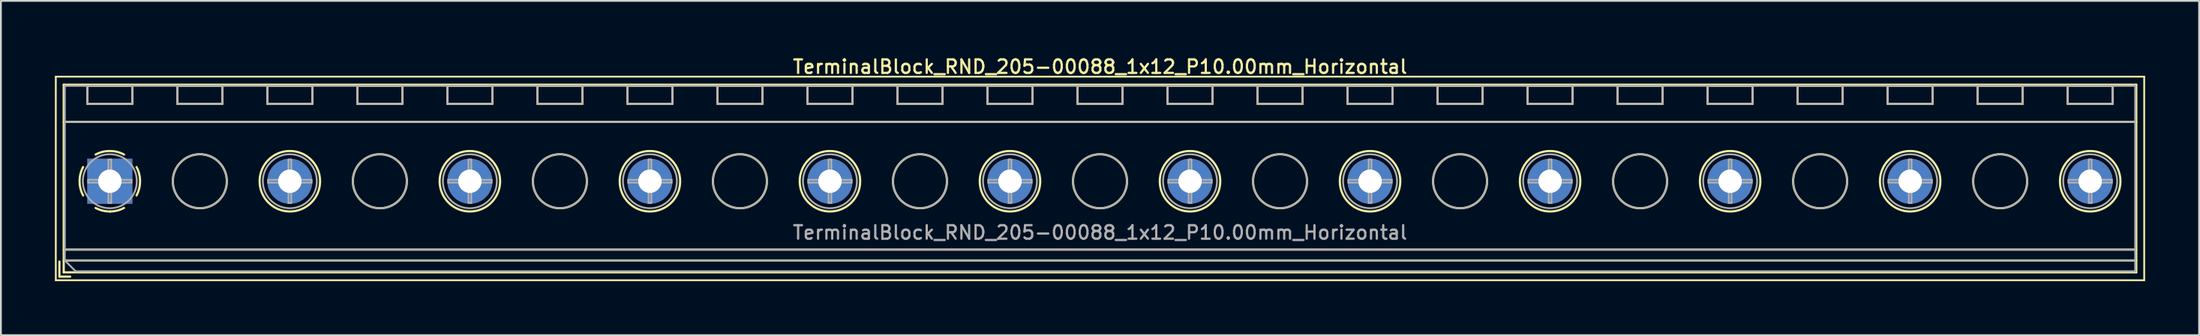
<source format=kicad_pcb>
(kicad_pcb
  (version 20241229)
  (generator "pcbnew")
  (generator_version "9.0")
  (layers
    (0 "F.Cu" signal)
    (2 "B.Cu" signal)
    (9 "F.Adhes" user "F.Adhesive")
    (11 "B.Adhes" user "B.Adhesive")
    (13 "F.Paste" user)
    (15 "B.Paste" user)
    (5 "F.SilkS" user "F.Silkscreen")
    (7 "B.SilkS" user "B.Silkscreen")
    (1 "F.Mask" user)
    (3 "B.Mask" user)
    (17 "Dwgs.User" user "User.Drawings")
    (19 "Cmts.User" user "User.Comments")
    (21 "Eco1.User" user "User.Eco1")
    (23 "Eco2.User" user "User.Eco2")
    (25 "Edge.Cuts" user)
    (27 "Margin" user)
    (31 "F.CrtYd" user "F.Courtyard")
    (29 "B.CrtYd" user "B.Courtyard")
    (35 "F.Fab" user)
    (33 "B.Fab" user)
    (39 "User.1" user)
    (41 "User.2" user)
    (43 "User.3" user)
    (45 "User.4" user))
  (footprint "TerminalBlock_RND_205-00088_1x12_P10.00mm_Horizontal"
    (layer "F.Cu")
    (at 3.05 7.018)
    (property "Reference" "TerminalBlock_RND_205-00088_1x12_P10.00mm_Horizontal" (at 55 -6.36 0) (layer "F.SilkS") (effects (font (size 0.75 0.75) (thickness 0.125))))
    (attr through_hole)
    (fp_line (start -3 -5.81) (end -3 5.5) (stroke (width 0.1) (type solid)) (layer "F.SilkS"))
    (fp_line (start -3 5.5) (end 113 5.5) (stroke (width 0.1) (type solid)) (layer "F.SilkS"))
    (fp_line (start -2.8 4.46) (end -2.8 5.3) (stroke (width 0.12) (type solid)) (layer "F.SilkS"))
    (fp_line (start -2.8 5.3) (end -2.2 5.3) (stroke (width 0.12) (type solid)) (layer "F.SilkS"))
    (fp_line (start -2.56 -5.36) (end -2.56 5.06) (stroke (width 0.12) (type solid)) (layer "F.SilkS"))
    (fp_line (start -2.56 -5.36) (end 112.56 -5.36) (stroke (width 0.12) (type solid)) (layer "F.SilkS"))
    (fp_line (start -2.56 -3.301) (end 112.56 -3.301) (stroke (width 0.12) (type solid)) (layer "F.SilkS"))
    (fp_line (start -2.56 3.8) (end 112.56 3.8) (stroke (width 0.12) (type solid)) (layer "F.SilkS"))
    (fp_line (start -2.56 4.4) (end 112.56 4.4) (stroke (width 0.12) (type solid)) (layer "F.SilkS"))
    (fp_line (start -2.56 5.06) (end 112.56 5.06) (stroke (width 0.12) (type solid)) (layer "F.SilkS"))
    (fp_line (start -1.25 -5.301) (end -1.25 -4.301) (stroke (width 0.12) (type solid)) (layer "F.SilkS"))
    (fp_line (start -1.25 -5.301) (end 1.25 -5.301) (stroke (width 0.12) (type solid)) (layer "F.SilkS"))
    (fp_line (start -1.25 -4.301) (end 1.25 -4.301) (stroke (width 0.12) (type solid)) (layer "F.SilkS"))
    (fp_line (start 1.25 -5.301) (end 1.25 -4.301) (stroke (width 0.12) (type solid)) (layer "F.SilkS"))
    (fp_line (start 3.75 -5.301) (end 3.75 -4.301) (stroke (width 0.12) (type solid)) (layer "F.SilkS"))
    (fp_line (start 3.75 -5.301) (end 6.25 -5.301) (stroke (width 0.12) (type solid)) (layer "F.SilkS"))
    (fp_line (start 3.75 -4.301) (end 6.25 -4.301) (stroke (width 0.12) (type solid)) (layer "F.SilkS"))
    (fp_line (start 6.25 -5.301) (end 6.25 -4.301) (stroke (width 0.12) (type solid)) (layer "F.SilkS"))
    (fp_line (start 8.75 -5.301) (end 8.75 -4.301) (stroke (width 0.12) (type solid)) (layer "F.SilkS"))
    (fp_line (start 8.75 -5.301) (end 11.25 -5.301) (stroke (width 0.12) (type solid)) (layer "F.SilkS"))
    (fp_line (start 8.75 -4.301) (end 11.25 -4.301) (stroke (width 0.12) (type solid)) (layer "F.SilkS"))
    (fp_line (start 11.25 -5.301) (end 11.25 -4.301) (stroke (width 0.12) (type solid)) (layer "F.SilkS"))
    (fp_line (start 13.75 -5.301) (end 13.75 -4.301) (stroke (width 0.12) (type solid)) (layer "F.SilkS"))
    (fp_line (start 13.75 -5.301) (end 16.25 -5.301) (stroke (width 0.12) (type solid)) (layer "F.SilkS"))
    (fp_line (start 13.75 -4.301) (end 16.25 -4.301) (stroke (width 0.12) (type solid)) (layer "F.SilkS"))
    (fp_line (start 16.25 -5.301) (end 16.25 -4.301) (stroke (width 0.12) (type solid)) (layer "F.SilkS"))
    (fp_line (start 18.75 -5.301) (end 18.75 -4.301) (stroke (width 0.12) (type solid)) (layer "F.SilkS"))
    (fp_line (start 18.75 -5.301) (end 21.25 -5.301) (stroke (width 0.12) (type solid)) (layer "F.SilkS"))
    (fp_line (start 18.75 -4.301) (end 21.25 -4.301) (stroke (width 0.12) (type solid)) (layer "F.SilkS"))
    (fp_line (start 21.25 -5.301) (end 21.25 -4.301) (stroke (width 0.12) (type solid)) (layer "F.SilkS"))
    (fp_line (start 23.75 -5.301) (end 23.75 -4.301) (stroke (width 0.12) (type solid)) (layer "F.SilkS"))
    (fp_line (start 23.75 -5.301) (end 26.25 -5.301) (stroke (width 0.12) (type solid)) (layer "F.SilkS"))
    (fp_line (start 23.75 -4.301) (end 26.25 -4.301) (stroke (width 0.12) (type solid)) (layer "F.SilkS"))
    (fp_line (start 26.25 -5.301) (end 26.25 -4.301) (stroke (width 0.12) (type solid)) (layer "F.SilkS"))
    (fp_line (start 28.75 -5.301) (end 28.75 -4.301) (stroke (width 0.12) (type solid)) (layer "F.SilkS"))
    (fp_line (start 28.75 -5.301) (end 31.25 -5.301) (stroke (width 0.12) (type solid)) (layer "F.SilkS"))
    (fp_line (start 28.75 -4.301) (end 31.25 -4.301) (stroke (width 0.12) (type solid)) (layer "F.SilkS"))
    (fp_line (start 31.25 -5.301) (end 31.25 -4.301) (stroke (width 0.12) (type solid)) (layer "F.SilkS"))
    (fp_line (start 33.75 -5.301) (end 33.75 -4.301) (stroke (width 0.12) (type solid)) (layer "F.SilkS"))
    (fp_line (start 33.75 -5.301) (end 36.25 -5.301) (stroke (width 0.12) (type solid)) (layer "F.SilkS"))
    (fp_line (start 33.75 -4.301) (end 36.25 -4.301) (stroke (width 0.12) (type solid)) (layer "F.SilkS"))
    (fp_line (start 36.25 -5.301) (end 36.25 -4.301) (stroke (width 0.12) (type solid)) (layer "F.SilkS"))
    (fp_line (start 38.75 -5.301) (end 38.75 -4.301) (stroke (width 0.12) (type solid)) (layer "F.SilkS"))
    (fp_line (start 38.75 -5.301) (end 41.25 -5.301) (stroke (width 0.12) (type solid)) (layer "F.SilkS"))
    (fp_line (start 38.75 -4.301) (end 41.25 -4.301) (stroke (width 0.12) (type solid)) (layer "F.SilkS"))
    (fp_line (start 41.25 -5.301) (end 41.25 -4.301) (stroke (width 0.12) (type solid)) (layer "F.SilkS"))
    (fp_line (start 43.75 -5.301) (end 43.75 -4.301) (stroke (width 0.12) (type solid)) (layer "F.SilkS"))
    (fp_line (start 43.75 -5.301) (end 46.25 -5.301) (stroke (width 0.12) (type solid)) (layer "F.SilkS"))
    (fp_line (start 43.75 -4.301) (end 46.25 -4.301) (stroke (width 0.12) (type solid)) (layer "F.SilkS"))
    (fp_line (start 46.25 -5.301) (end 46.25 -4.301) (stroke (width 0.12) (type solid)) (layer "F.SilkS"))
    (fp_line (start 48.75 -5.301) (end 48.75 -4.301) (stroke (width 0.12) (type solid)) (layer "F.SilkS"))
    (fp_line (start 48.75 -5.301) (end 51.25 -5.301) (stroke (width 0.12) (type solid)) (layer "F.SilkS"))
    (fp_line (start 48.75 -4.301) (end 51.25 -4.301) (stroke (width 0.12) (type solid)) (layer "F.SilkS"))
    (fp_line (start 51.25 -5.301) (end 51.25 -4.301) (stroke (width 0.12) (type solid)) (layer "F.SilkS"))
    (fp_line (start 53.75 -5.301) (end 53.75 -4.301) (stroke (width 0.12) (type solid)) (layer "F.SilkS"))
    (fp_line (start 53.75 -5.301) (end 56.25 -5.301) (stroke (width 0.12) (type solid)) (layer "F.SilkS"))
    (fp_line (start 53.75 -4.301) (end 56.25 -4.301) (stroke (width 0.12) (type solid)) (layer "F.SilkS"))
    (fp_line (start 56.25 -5.301) (end 56.25 -4.301) (stroke (width 0.12) (type solid)) (layer "F.SilkS"))
    (fp_line (start 58.75 -5.301) (end 58.75 -4.301) (stroke (width 0.12) (type solid)) (layer "F.SilkS"))
    (fp_line (start 58.75 -5.301) (end 61.25 -5.301) (stroke (width 0.12) (type solid)) (layer "F.SilkS"))
    (fp_line (start 58.75 -4.301) (end 61.25 -4.301) (stroke (width 0.12) (type solid)) (layer "F.SilkS"))
    (fp_line (start 61.25 -5.301) (end 61.25 -4.301) (stroke (width 0.12) (type solid)) (layer "F.SilkS"))
    (fp_line (start 63.75 -5.301) (end 63.75 -4.301) (stroke (width 0.12) (type solid)) (layer "F.SilkS"))
    (fp_line (start 63.75 -5.301) (end 66.25 -5.301) (stroke (width 0.12) (type solid)) (layer "F.SilkS"))
    (fp_line (start 63.75 -4.301) (end 66.25 -4.301) (stroke (width 0.12) (type solid)) (layer "F.SilkS"))
    (fp_line (start 66.25 -5.301) (end 66.25 -4.301) (stroke (width 0.12) (type solid)) (layer "F.SilkS"))
    (fp_line (start 68.75 -5.301) (end 68.75 -4.301) (stroke (width 0.12) (type solid)) (layer "F.SilkS"))
    (fp_line (start 68.75 -5.301) (end 71.25 -5.301) (stroke (width 0.12) (type solid)) (layer "F.SilkS"))
    (fp_line (start 68.75 -4.301) (end 71.25 -4.301) (stroke (width 0.12) (type solid)) (layer "F.SilkS"))
    (fp_line (start 71.25 -5.301) (end 71.25 -4.301) (stroke (width 0.12) (type solid)) (layer "F.SilkS"))
    (fp_line (start 73.75 -5.301) (end 73.75 -4.301) (stroke (width 0.12) (type solid)) (layer "F.SilkS"))
    (fp_line (start 73.75 -5.301) (end 76.25 -5.301) (stroke (width 0.12) (type solid)) (layer "F.SilkS"))
    (fp_line (start 73.75 -4.301) (end 76.25 -4.301) (stroke (width 0.12) (type solid)) (layer "F.SilkS"))
    (fp_line (start 76.25 -5.301) (end 76.25 -4.301) (stroke (width 0.12) (type solid)) (layer "F.SilkS"))
    (fp_line (start 78.75 -5.301) (end 78.75 -4.301) (stroke (width 0.12) (type solid)) (layer "F.SilkS"))
    (fp_line (start 78.75 -5.301) (end 81.25 -5.301) (stroke (width 0.12) (type solid)) (layer "F.SilkS"))
    (fp_line (start 78.75 -4.301) (end 81.25 -4.301) (stroke (width 0.12) (type solid)) (layer "F.SilkS"))
    (fp_line (start 81.25 -5.301) (end 81.25 -4.301) (stroke (width 0.12) (type solid)) (layer "F.SilkS"))
    (fp_line (start 83.75 -5.301) (end 83.75 -4.301) (stroke (width 0.12) (type solid)) (layer "F.SilkS"))
    (fp_line (start 83.75 -5.301) (end 86.25 -5.301) (stroke (width 0.12) (type solid)) (layer "F.SilkS"))
    (fp_line (start 83.75 -4.301) (end 86.25 -4.301) (stroke (width 0.12) (type solid)) (layer "F.SilkS"))
    (fp_line (start 86.25 -5.301) (end 86.25 -4.301) (stroke (width 0.12) (type solid)) (layer "F.SilkS"))
    (fp_line (start 88.75 -5.301) (end 88.75 -4.301) (stroke (width 0.12) (type solid)) (layer "F.SilkS"))
    (fp_line (start 88.75 -5.301) (end 91.25 -5.301) (stroke (width 0.12) (type solid)) (layer "F.SilkS"))
    (fp_line (start 88.75 -4.301) (end 91.25 -4.301) (stroke (width 0.12) (type solid)) (layer "F.SilkS"))
    (fp_line (start 91.25 -5.301) (end 91.25 -4.301) (stroke (width 0.12) (type solid)) (layer "F.SilkS"))
    (fp_line (start 93.75 -5.301) (end 93.75 -4.301) (stroke (width 0.12) (type solid)) (layer "F.SilkS"))
    (fp_line (start 93.75 -5.301) (end 96.25 -5.301) (stroke (width 0.12) (type solid)) (layer "F.SilkS"))
    (fp_line (start 93.75 -4.301) (end 96.25 -4.301) (stroke (width 0.12) (type solid)) (layer "F.SilkS"))
    (fp_line (start 96.25 -5.301) (end 96.25 -4.301) (stroke (width 0.12) (type solid)) (layer "F.SilkS"))
    (fp_line (start 98.75 -5.301) (end 98.75 -4.301) (stroke (width 0.12) (type solid)) (layer "F.SilkS"))
    (fp_line (start 98.75 -5.301) (end 101.25 -5.301) (stroke (width 0.12) (type solid)) (layer "F.SilkS"))
    (fp_line (start 98.75 -4.301) (end 101.25 -4.301) (stroke (width 0.12) (type solid)) (layer "F.SilkS"))
    (fp_line (start 101.25 -5.301) (end 101.25 -4.301) (stroke (width 0.12) (type solid)) (layer "F.SilkS"))
    (fp_line (start 103.75 -5.301) (end 103.75 -4.301) (stroke (width 0.12) (type solid)) (layer "F.SilkS"))
    (fp_line (start 103.75 -5.301) (end 106.25 -5.301) (stroke (width 0.12) (type solid)) (layer "F.SilkS"))
    (fp_line (start 103.75 -4.301) (end 106.25 -4.301) (stroke (width 0.12) (type solid)) (layer "F.SilkS"))
    (fp_line (start 106.25 -5.301) (end 106.25 -4.301) (stroke (width 0.12) (type solid)) (layer "F.SilkS"))
    (fp_line (start 108.75 -5.301) (end 108.75 -4.301) (stroke (width 0.12) (type solid)) (layer "F.SilkS"))
    (fp_line (start 108.75 -5.301) (end 111.25 -5.301) (stroke (width 0.12) (type solid)) (layer "F.SilkS"))
    (fp_line (start 108.75 -4.301) (end 111.25 -4.301) (stroke (width 0.12) (type solid)) (layer "F.SilkS"))
    (fp_line (start 111.25 -5.301) (end 111.25 -4.301) (stroke (width 0.12) (type solid)) (layer "F.SilkS"))
    (fp_line (start 112.56 -5.36) (end 112.56 5.06) (stroke (width 0.12) (type solid)) (layer "F.SilkS"))
    (fp_line (start 113 -5.81) (end -3 -5.81) (stroke (width 0.1) (type solid)) (layer "F.SilkS"))
    (fp_line (start 113 5.5) (end 113 -5.81) (stroke (width 0.1) (type solid)) (layer "F.SilkS"))
    (fp_arc (start -1.483953 0.789089) (mid -1.680708 0.00005) (end -1.484 -0.789) (stroke (width 0.12) (type solid)) (layer "F.SilkS"))
    (fp_arc (start -0.789089 -1.483953) (mid -0.00005 -1.680708) (end 0.789 -1.484) (stroke (width 0.12) (type solid)) (layer "F.SilkS"))
    (fp_arc (start 0.029383 1.68045) (mid -0.392304 1.634281) (end -0.789 1.484) (stroke (width 0.12) (type solid)) (layer "F.SilkS"))
    (fp_arc (start 0.788712 1.483352) (mid 0.406429 1.630097) (end 0 1.68) (stroke (width 0.12) (type solid)) (layer "F.SilkS"))
    (fp_arc (start 1.483953 -0.789089) (mid 1.680708 -0.00005) (end 1.484 0.789) (stroke (width 0.12) (type solid)) (layer "F.SilkS"))
    (fp_circle (center 5 0) (end 6.5 0) (stroke (width 0.12) (type solid)) (fill no) (layer "F.SilkS"))
    (fp_circle (center 10 0) (end 11.68 0) (stroke (width 0.12) (type solid)) (fill no) (layer "F.SilkS"))
    (fp_circle (center 15 0) (end 16.5 0) (stroke (width 0.12) (type solid)) (fill no) (layer "F.SilkS"))
    (fp_circle (center 20 0) (end 21.68 0) (stroke (width 0.12) (type solid)) (fill no) (layer "F.SilkS"))
    (fp_circle (center 25 0) (end 26.5 0) (stroke (width 0.12) (type solid)) (fill no) (layer "F.SilkS"))
    (fp_circle (center 30 0) (end 31.68 0) (stroke (width 0.12) (type solid)) (fill no) (layer "F.SilkS"))
    (fp_circle (center 35 0) (end 36.5 0) (stroke (width 0.12) (type solid)) (fill no) (layer "F.SilkS"))
    (fp_circle (center 40 0) (end 41.68 0) (stroke (width 0.12) (type solid)) (fill no) (layer "F.SilkS"))
    (fp_circle (center 45 0) (end 46.5 0) (stroke (width 0.12) (type solid)) (fill no) (layer "F.SilkS"))
    (fp_circle (center 50 0) (end 51.68 0) (stroke (width 0.12) (type solid)) (fill no) (layer "F.SilkS"))
    (fp_circle (center 55 0) (end 56.5 0) (stroke (width 0.12) (type solid)) (fill no) (layer "F.SilkS"))
    (fp_circle (center 60 0) (end 61.68 0) (stroke (width 0.12) (type solid)) (fill no) (layer "F.SilkS"))
    (fp_circle (center 65 0) (end 66.5 0) (stroke (width 0.12) (type solid)) (fill no) (layer "F.SilkS"))
    (fp_circle (center 70 0) (end 71.68 0) (stroke (width 0.12) (type solid)) (fill no) (layer "F.SilkS"))
    (fp_circle (center 75 0) (end 76.5 0) (stroke (width 0.12) (type solid)) (fill no) (layer "F.SilkS"))
    (fp_circle (center 80 0) (end 81.68 0) (stroke (width 0.12) (type solid)) (fill no) (layer "F.SilkS"))
    (fp_circle (center 85 0) (end 86.5 0) (stroke (width 0.12) (type solid)) (fill no) (layer "F.SilkS"))
    (fp_circle (center 90 0) (end 91.68 0) (stroke (width 0.12) (type solid)) (fill no) (layer "F.SilkS"))
    (fp_circle (center 95 0) (end 96.5 0) (stroke (width 0.12) (type solid)) (fill no) (layer "F.SilkS"))
    (fp_circle (center 100 0) (end 101.68 0) (stroke (width 0.12) (type solid)) (fill no) (layer "F.SilkS"))
    (fp_circle (center 105 0) (end 106.5 0) (stroke (width 0.12) (type solid)) (fill no) (layer "F.SilkS"))
    (fp_circle (center 110 0) (end 111.68 0) (stroke (width 0.12) (type solid)) (fill no) (layer "F.SilkS"))
    (fp_line (start -2.5 -5.3) (end 112.5 -5.3) (stroke (width 0.1) (type solid)) (layer "F.Fab"))
    (fp_line (start -2.5 -3.3) (end 112.5 -3.3) (stroke (width 0.1) (type solid)) (layer "F.Fab"))
    (fp_line (start -2.5 3.8) (end 112.5 3.8) (stroke (width 0.1) (type solid)) (layer "F.Fab"))
    (fp_line (start -2.5 4.4) (end -2.5 -5.3) (stroke (width 0.1) (type solid)) (layer "F.Fab"))
    (fp_line (start -2.5 4.4) (end 112.5 4.4) (stroke (width 0.1) (type solid)) (layer "F.Fab"))
    (fp_line (start -1.9 5) (end -2.5 4.4) (stroke (width 0.1) (type solid)) (layer "F.Fab"))
    (fp_line (start -1.25 -5.3) (end -1.25 -4.3) (stroke (width 0.1) (type solid)) (layer "F.Fab"))
    (fp_line (start -1.25 -4.3) (end 1.25 -4.3) (stroke (width 0.1) (type solid)) (layer "F.Fab"))
    (fp_line (start -1.201 -0.076) (end -0.076 -0.076) (stroke (width 0.1) (type solid)) (layer "F.Fab"))
    (fp_line (start -1.201 0.076) (end -1.201 -0.076) (stroke (width 0.1) (type solid)) (layer "F.Fab"))
    (fp_line (start -0.076 -1.201) (end 0.076 -1.201) (stroke (width 0.1) (type solid)) (layer "F.Fab"))
    (fp_line (start -0.076 -0.076) (end -0.076 -1.201) (stroke (width 0.1) (type solid)) (layer "F.Fab"))
    (fp_line (start -0.076 0.076) (end -1.201 0.076) (stroke (width 0.1) (type solid)) (layer "F.Fab"))
    (fp_line (start -0.076 1.201) (end -0.076 0.076) (stroke (width 0.1) (type solid)) (layer "F.Fab"))
    (fp_line (start 0.076 -1.201) (end 0.076 -0.076) (stroke (width 0.1) (type solid)) (layer "F.Fab"))
    (fp_line (start 0.076 -0.076) (end 1.201 -0.076) (stroke (width 0.1) (type solid)) (layer "F.Fab"))
    (fp_line (start 0.076 0.076) (end 0.076 1.201) (stroke (width 0.1) (type solid)) (layer "F.Fab"))
    (fp_line (start 0.076 1.201) (end -0.076 1.201) (stroke (width 0.1) (type solid)) (layer "F.Fab"))
    (fp_line (start 1.201 -0.076) (end 1.201 0.076) (stroke (width 0.1) (type solid)) (layer "F.Fab"))
    (fp_line (start 1.201 0.076) (end 0.076 0.076) (stroke (width 0.1) (type solid)) (layer "F.Fab"))
    (fp_line (start 1.25 -5.3) (end -1.25 -5.3) (stroke (width 0.1) (type solid)) (layer "F.Fab"))
    (fp_line (start 1.25 -4.3) (end 1.25 -5.3) (stroke (width 0.1) (type solid)) (layer "F.Fab"))
    (fp_line (start 3.75 -5.3) (end 3.75 -4.3) (stroke (width 0.1) (type solid)) (layer "F.Fab"))
    (fp_line (start 3.75 -4.3) (end 6.25 -4.3) (stroke (width 0.1) (type solid)) (layer "F.Fab"))
    (fp_line (start 6.25 -5.3) (end 3.75 -5.3) (stroke (width 0.1) (type solid)) (layer "F.Fab"))
    (fp_line (start 6.25 -4.3) (end 6.25 -5.3) (stroke (width 0.1) (type solid)) (layer "F.Fab"))
    (fp_line (start 8.75 -5.3) (end 8.75 -4.3) (stroke (width 0.1) (type solid)) (layer "F.Fab"))
    (fp_line (start 8.75 -4.3) (end 11.25 -4.3) (stroke (width 0.1) (type solid)) (layer "F.Fab"))
    (fp_line (start 8.799 -0.076) (end 9.924 -0.076) (stroke (width 0.1) (type solid)) (layer "F.Fab"))
    (fp_line (start 8.799 0.076) (end 8.799 -0.076) (stroke (width 0.1) (type solid)) (layer "F.Fab"))
    (fp_line (start 9.924 -1.201) (end 10.076 -1.201) (stroke (width 0.1) (type solid)) (layer "F.Fab"))
    (fp_line (start 9.924 -0.076) (end 9.924 -1.201) (stroke (width 0.1) (type solid)) (layer "F.Fab"))
    (fp_line (start 9.924 0.076) (end 8.799 0.076) (stroke (width 0.1) (type solid)) (layer "F.Fab"))
    (fp_line (start 9.924 1.201) (end 9.924 0.076) (stroke (width 0.1) (type solid)) (layer "F.Fab"))
    (fp_line (start 10.076 -1.201) (end 10.076 -0.076) (stroke (width 0.1) (type solid)) (layer "F.Fab"))
    (fp_line (start 10.076 -0.076) (end 11.201 -0.076) (stroke (width 0.1) (type solid)) (layer "F.Fab"))
    (fp_line (start 10.076 0.076) (end 10.076 1.201) (stroke (width 0.1) (type solid)) (layer "F.Fab"))
    (fp_line (start 10.076 1.201) (end 9.924 1.201) (stroke (width 0.1) (type solid)) (layer "F.Fab"))
    (fp_line (start 11.201 -0.076) (end 11.201 0.076) (stroke (width 0.1) (type solid)) (layer "F.Fab"))
    (fp_line (start 11.201 0.076) (end 10.076 0.076) (stroke (width 0.1) (type solid)) (layer "F.Fab"))
    (fp_line (start 11.25 -5.3) (end 8.75 -5.3) (stroke (width 0.1) (type solid)) (layer "F.Fab"))
    (fp_line (start 11.25 -4.3) (end 11.25 -5.3) (stroke (width 0.1) (type solid)) (layer "F.Fab"))
    (fp_line (start 13.75 -5.3) (end 13.75 -4.3) (stroke (width 0.1) (type solid)) (layer "F.Fab"))
    (fp_line (start 13.75 -4.3) (end 16.25 -4.3) (stroke (width 0.1) (type solid)) (layer "F.Fab"))
    (fp_line (start 16.25 -5.3) (end 13.75 -5.3) (stroke (width 0.1) (type solid)) (layer "F.Fab"))
    (fp_line (start 16.25 -4.3) (end 16.25 -5.3) (stroke (width 0.1) (type solid)) (layer "F.Fab"))
    (fp_line (start 18.75 -5.3) (end 18.75 -4.3) (stroke (width 0.1) (type solid)) (layer "F.Fab"))
    (fp_line (start 18.75 -4.3) (end 21.25 -4.3) (stroke (width 0.1) (type solid)) (layer "F.Fab"))
    (fp_line (start 18.799 -0.076) (end 19.924 -0.076) (stroke (width 0.1) (type solid)) (layer "F.Fab"))
    (fp_line (start 18.799 0.076) (end 18.799 -0.076) (stroke (width 0.1) (type solid)) (layer "F.Fab"))
    (fp_line (start 19.924 -1.201) (end 20.076 -1.201) (stroke (width 0.1) (type solid)) (layer "F.Fab"))
    (fp_line (start 19.924 -0.076) (end 19.924 -1.201) (stroke (width 0.1) (type solid)) (layer "F.Fab"))
    (fp_line (start 19.924 0.076) (end 18.799 0.076) (stroke (width 0.1) (type solid)) (layer "F.Fab"))
    (fp_line (start 19.924 1.201) (end 19.924 0.076) (stroke (width 0.1) (type solid)) (layer "F.Fab"))
    (fp_line (start 20.076 -1.201) (end 20.076 -0.076) (stroke (width 0.1) (type solid)) (layer "F.Fab"))
    (fp_line (start 20.076 -0.076) (end 21.201 -0.076) (stroke (width 0.1) (type solid)) (layer "F.Fab"))
    (fp_line (start 20.076 0.076) (end 20.076 1.201) (stroke (width 0.1) (type solid)) (layer "F.Fab"))
    (fp_line (start 20.076 1.201) (end 19.924 1.201) (stroke (width 0.1) (type solid)) (layer "F.Fab"))
    (fp_line (start 21.201 -0.076) (end 21.201 0.076) (stroke (width 0.1) (type solid)) (layer "F.Fab"))
    (fp_line (start 21.201 0.076) (end 20.076 0.076) (stroke (width 0.1) (type solid)) (layer "F.Fab"))
    (fp_line (start 21.25 -5.3) (end 18.75 -5.3) (stroke (width 0.1) (type solid)) (layer "F.Fab"))
    (fp_line (start 21.25 -4.3) (end 21.25 -5.3) (stroke (width 0.1) (type solid)) (layer "F.Fab"))
    (fp_line (start 23.75 -5.3) (end 23.75 -4.3) (stroke (width 0.1) (type solid)) (layer "F.Fab"))
    (fp_line (start 23.75 -4.3) (end 26.25 -4.3) (stroke (width 0.1) (type solid)) (layer "F.Fab"))
    (fp_line (start 26.25 -5.3) (end 23.75 -5.3) (stroke (width 0.1) (type solid)) (layer "F.Fab"))
    (fp_line (start 26.25 -4.3) (end 26.25 -5.3) (stroke (width 0.1) (type solid)) (layer "F.Fab"))
    (fp_line (start 28.75 -5.3) (end 28.75 -4.3) (stroke (width 0.1) (type solid)) (layer "F.Fab"))
    (fp_line (start 28.75 -4.3) (end 31.25 -4.3) (stroke (width 0.1) (type solid)) (layer "F.Fab"))
    (fp_line (start 28.799 -0.076) (end 29.924 -0.076) (stroke (width 0.1) (type solid)) (layer "F.Fab"))
    (fp_line (start 28.799 0.076) (end 28.799 -0.076) (stroke (width 0.1) (type solid)) (layer "F.Fab"))
    (fp_line (start 29.924 -1.201) (end 30.076 -1.201) (stroke (width 0.1) (type solid)) (layer "F.Fab"))
    (fp_line (start 29.924 -0.076) (end 29.924 -1.201) (stroke (width 0.1) (type solid)) (layer "F.Fab"))
    (fp_line (start 29.924 0.076) (end 28.799 0.076) (stroke (width 0.1) (type solid)) (layer "F.Fab"))
    (fp_line (start 29.924 1.201) (end 29.924 0.076) (stroke (width 0.1) (type solid)) (layer "F.Fab"))
    (fp_line (start 30.076 -1.201) (end 30.076 -0.076) (stroke (width 0.1) (type solid)) (layer "F.Fab"))
    (fp_line (start 30.076 -0.076) (end 31.201 -0.076) (stroke (width 0.1) (type solid)) (layer "F.Fab"))
    (fp_line (start 30.076 0.076) (end 30.076 1.201) (stroke (width 0.1) (type solid)) (layer "F.Fab"))
    (fp_line (start 30.076 1.201) (end 29.924 1.201) (stroke (width 0.1) (type solid)) (layer "F.Fab"))
    (fp_line (start 31.201 -0.076) (end 31.201 0.076) (stroke (width 0.1) (type solid)) (layer "F.Fab"))
    (fp_line (start 31.201 0.076) (end 30.076 0.076) (stroke (width 0.1) (type solid)) (layer "F.Fab"))
    (fp_line (start 31.25 -5.3) (end 28.75 -5.3) (stroke (width 0.1) (type solid)) (layer "F.Fab"))
    (fp_line (start 31.25 -4.3) (end 31.25 -5.3) (stroke (width 0.1) (type solid)) (layer "F.Fab"))
    (fp_line (start 33.75 -5.3) (end 33.75 -4.3) (stroke (width 0.1) (type solid)) (layer "F.Fab"))
    (fp_line (start 33.75 -4.3) (end 36.25 -4.3) (stroke (width 0.1) (type solid)) (layer "F.Fab"))
    (fp_line (start 36.25 -5.3) (end 33.75 -5.3) (stroke (width 0.1) (type solid)) (layer "F.Fab"))
    (fp_line (start 36.25 -4.3) (end 36.25 -5.3) (stroke (width 0.1) (type solid)) (layer "F.Fab"))
    (fp_line (start 38.75 -5.3) (end 38.75 -4.3) (stroke (width 0.1) (type solid)) (layer "F.Fab"))
    (fp_line (start 38.75 -4.3) (end 41.25 -4.3) (stroke (width 0.1) (type solid)) (layer "F.Fab"))
    (fp_line (start 38.799 -0.076) (end 39.924 -0.076) (stroke (width 0.1) (type solid)) (layer "F.Fab"))
    (fp_line (start 38.799 0.076) (end 38.799 -0.076) (stroke (width 0.1) (type solid)) (layer "F.Fab"))
    (fp_line (start 39.924 -1.201) (end 40.076 -1.201) (stroke (width 0.1) (type solid)) (layer "F.Fab"))
    (fp_line (start 39.924 -0.076) (end 39.924 -1.201) (stroke (width 0.1) (type solid)) (layer "F.Fab"))
    (fp_line (start 39.924 0.076) (end 38.799 0.076) (stroke (width 0.1) (type solid)) (layer "F.Fab"))
    (fp_line (start 39.924 1.201) (end 39.924 0.076) (stroke (width 0.1) (type solid)) (layer "F.Fab"))
    (fp_line (start 40.076 -1.201) (end 40.076 -0.076) (stroke (width 0.1) (type solid)) (layer "F.Fab"))
    (fp_line (start 40.076 -0.076) (end 41.201 -0.076) (stroke (width 0.1) (type solid)) (layer "F.Fab"))
    (fp_line (start 40.076 0.076) (end 40.076 1.201) (stroke (width 0.1) (type solid)) (layer "F.Fab"))
    (fp_line (start 40.076 1.201) (end 39.924 1.201) (stroke (width 0.1) (type solid)) (layer "F.Fab"))
    (fp_line (start 41.201 -0.076) (end 41.201 0.076) (stroke (width 0.1) (type solid)) (layer "F.Fab"))
    (fp_line (start 41.201 0.076) (end 40.076 0.076) (stroke (width 0.1) (type solid)) (layer "F.Fab"))
    (fp_line (start 41.25 -5.3) (end 38.75 -5.3) (stroke (width 0.1) (type solid)) (layer "F.Fab"))
    (fp_line (start 41.25 -4.3) (end 41.25 -5.3) (stroke (width 0.1) (type solid)) (layer "F.Fab"))
    (fp_line (start 43.75 -5.3) (end 43.75 -4.3) (stroke (width 0.1) (type solid)) (layer "F.Fab"))
    (fp_line (start 43.75 -4.3) (end 46.25 -4.3) (stroke (width 0.1) (type solid)) (layer "F.Fab"))
    (fp_line (start 46.25 -5.3) (end 43.75 -5.3) (stroke (width 0.1) (type solid)) (layer "F.Fab"))
    (fp_line (start 46.25 -4.3) (end 46.25 -5.3) (stroke (width 0.1) (type solid)) (layer "F.Fab"))
    (fp_line (start 48.75 -5.3) (end 48.75 -4.3) (stroke (width 0.1) (type solid)) (layer "F.Fab"))
    (fp_line (start 48.75 -4.3) (end 51.25 -4.3) (stroke (width 0.1) (type solid)) (layer "F.Fab"))
    (fp_line (start 48.799 -0.076) (end 49.924 -0.076) (stroke (width 0.1) (type solid)) (layer "F.Fab"))
    (fp_line (start 48.799 0.076) (end 48.799 -0.076) (stroke (width 0.1) (type solid)) (layer "F.Fab"))
    (fp_line (start 49.924 -1.201) (end 50.076 -1.201) (stroke (width 0.1) (type solid)) (layer "F.Fab"))
    (fp_line (start 49.924 -0.076) (end 49.924 -1.201) (stroke (width 0.1) (type solid)) (layer "F.Fab"))
    (fp_line (start 49.924 0.076) (end 48.799 0.076) (stroke (width 0.1) (type solid)) (layer "F.Fab"))
    (fp_line (start 49.924 1.201) (end 49.924 0.076) (stroke (width 0.1) (type solid)) (layer "F.Fab"))
    (fp_line (start 50.076 -1.201) (end 50.076 -0.076) (stroke (width 0.1) (type solid)) (layer "F.Fab"))
    (fp_line (start 50.076 -0.076) (end 51.201 -0.076) (stroke (width 0.1) (type solid)) (layer "F.Fab"))
    (fp_line (start 50.076 0.076) (end 50.076 1.201) (stroke (width 0.1) (type solid)) (layer "F.Fab"))
    (fp_line (start 50.076 1.201) (end 49.924 1.201) (stroke (width 0.1) (type solid)) (layer "F.Fab"))
    (fp_line (start 51.201 -0.076) (end 51.201 0.076) (stroke (width 0.1) (type solid)) (layer "F.Fab"))
    (fp_line (start 51.201 0.076) (end 50.076 0.076) (stroke (width 0.1) (type solid)) (layer "F.Fab"))
    (fp_line (start 51.25 -5.3) (end 48.75 -5.3) (stroke (width 0.1) (type solid)) (layer "F.Fab"))
    (fp_line (start 51.25 -4.3) (end 51.25 -5.3) (stroke (width 0.1) (type solid)) (layer "F.Fab"))
    (fp_line (start 53.75 -5.3) (end 53.75 -4.3) (stroke (width 0.1) (type solid)) (layer "F.Fab"))
    (fp_line (start 53.75 -4.3) (end 56.25 -4.3) (stroke (width 0.1) (type solid)) (layer "F.Fab"))
    (fp_line (start 56.25 -5.3) (end 53.75 -5.3) (stroke (width 0.1) (type solid)) (layer "F.Fab"))
    (fp_line (start 56.25 -4.3) (end 56.25 -5.3) (stroke (width 0.1) (type solid)) (layer "F.Fab"))
    (fp_line (start 58.75 -5.3) (end 58.75 -4.3) (stroke (width 0.1) (type solid)) (layer "F.Fab"))
    (fp_line (start 58.75 -4.3) (end 61.25 -4.3) (stroke (width 0.1) (type solid)) (layer "F.Fab"))
    (fp_line (start 58.799 -0.076) (end 59.924 -0.076) (stroke (width 0.1) (type solid)) (layer "F.Fab"))
    (fp_line (start 58.799 0.076) (end 58.799 -0.076) (stroke (width 0.1) (type solid)) (layer "F.Fab"))
    (fp_line (start 59.924 -1.201) (end 60.076 -1.201) (stroke (width 0.1) (type solid)) (layer "F.Fab"))
    (fp_line (start 59.924 -0.076) (end 59.924 -1.201) (stroke (width 0.1) (type solid)) (layer "F.Fab"))
    (fp_line (start 59.924 0.076) (end 58.799 0.076) (stroke (width 0.1) (type solid)) (layer "F.Fab"))
    (fp_line (start 59.924 1.201) (end 59.924 0.076) (stroke (width 0.1) (type solid)) (layer "F.Fab"))
    (fp_line (start 60.076 -1.201) (end 60.076 -0.076) (stroke (width 0.1) (type solid)) (layer "F.Fab"))
    (fp_line (start 60.076 -0.076) (end 61.201 -0.076) (stroke (width 0.1) (type solid)) (layer "F.Fab"))
    (fp_line (start 60.076 0.076) (end 60.076 1.201) (stroke (width 0.1) (type solid)) (layer "F.Fab"))
    (fp_line (start 60.076 1.201) (end 59.924 1.201) (stroke (width 0.1) (type solid)) (layer "F.Fab"))
    (fp_line (start 61.201 -0.076) (end 61.201 0.076) (stroke (width 0.1) (type solid)) (layer "F.Fab"))
    (fp_line (start 61.201 0.076) (end 60.076 0.076) (stroke (width 0.1) (type solid)) (layer "F.Fab"))
    (fp_line (start 61.25 -5.3) (end 58.75 -5.3) (stroke (width 0.1) (type solid)) (layer "F.Fab"))
    (fp_line (start 61.25 -4.3) (end 61.25 -5.3) (stroke (width 0.1) (type solid)) (layer "F.Fab"))
    (fp_line (start 63.75 -5.3) (end 63.75 -4.3) (stroke (width 0.1) (type solid)) (layer "F.Fab"))
    (fp_line (start 63.75 -4.3) (end 66.25 -4.3) (stroke (width 0.1) (type solid)) (layer "F.Fab"))
    (fp_line (start 66.25 -5.3) (end 63.75 -5.3) (stroke (width 0.1) (type solid)) (layer "F.Fab"))
    (fp_line (start 66.25 -4.3) (end 66.25 -5.3) (stroke (width 0.1) (type solid)) (layer "F.Fab"))
    (fp_line (start 68.75 -5.3) (end 68.75 -4.3) (stroke (width 0.1) (type solid)) (layer "F.Fab"))
    (fp_line (start 68.75 -4.3) (end 71.25 -4.3) (stroke (width 0.1) (type solid)) (layer "F.Fab"))
    (fp_line (start 68.799 -0.076) (end 69.924 -0.076) (stroke (width 0.1) (type solid)) (layer "F.Fab"))
    (fp_line (start 68.799 0.076) (end 68.799 -0.076) (stroke (width 0.1) (type solid)) (layer "F.Fab"))
    (fp_line (start 69.924 -1.201) (end 70.076 -1.201) (stroke (width 0.1) (type solid)) (layer "F.Fab"))
    (fp_line (start 69.924 -0.076) (end 69.924 -1.201) (stroke (width 0.1) (type solid)) (layer "F.Fab"))
    (fp_line (start 69.924 0.076) (end 68.799 0.076) (stroke (width 0.1) (type solid)) (layer "F.Fab"))
    (fp_line (start 69.924 1.201) (end 69.924 0.076) (stroke (width 0.1) (type solid)) (layer "F.Fab"))
    (fp_line (start 70.076 -1.201) (end 70.076 -0.076) (stroke (width 0.1) (type solid)) (layer "F.Fab"))
    (fp_line (start 70.076 -0.076) (end 71.201 -0.076) (stroke (width 0.1) (type solid)) (layer "F.Fab"))
    (fp_line (start 70.076 0.076) (end 70.076 1.201) (stroke (width 0.1) (type solid)) (layer "F.Fab"))
    (fp_line (start 70.076 1.201) (end 69.924 1.201) (stroke (width 0.1) (type solid)) (layer "F.Fab"))
    (fp_line (start 71.201 -0.076) (end 71.201 0.076) (stroke (width 0.1) (type solid)) (layer "F.Fab"))
    (fp_line (start 71.201 0.076) (end 70.076 0.076) (stroke (width 0.1) (type solid)) (layer "F.Fab"))
    (fp_line (start 71.25 -5.3) (end 68.75 -5.3) (stroke (width 0.1) (type solid)) (layer "F.Fab"))
    (fp_line (start 71.25 -4.3) (end 71.25 -5.3) (stroke (width 0.1) (type solid)) (layer "F.Fab"))
    (fp_line (start 73.75 -5.3) (end 73.75 -4.3) (stroke (width 0.1) (type solid)) (layer "F.Fab"))
    (fp_line (start 73.75 -4.3) (end 76.25 -4.3) (stroke (width 0.1) (type solid)) (layer "F.Fab"))
    (fp_line (start 76.25 -5.3) (end 73.75 -5.3) (stroke (width 0.1) (type solid)) (layer "F.Fab"))
    (fp_line (start 76.25 -4.3) (end 76.25 -5.3) (stroke (width 0.1) (type solid)) (layer "F.Fab"))
    (fp_line (start 78.75 -5.3) (end 78.75 -4.3) (stroke (width 0.1) (type solid)) (layer "F.Fab"))
    (fp_line (start 78.75 -4.3) (end 81.25 -4.3) (stroke (width 0.1) (type solid)) (layer "F.Fab"))
    (fp_line (start 78.799 -0.076) (end 79.924 -0.076) (stroke (width 0.1) (type solid)) (layer "F.Fab"))
    (fp_line (start 78.799 0.076) (end 78.799 -0.076) (stroke (width 0.1) (type solid)) (layer "F.Fab"))
    (fp_line (start 79.924 -1.201) (end 80.076 -1.201) (stroke (width 0.1) (type solid)) (layer "F.Fab"))
    (fp_line (start 79.924 -0.076) (end 79.924 -1.201) (stroke (width 0.1) (type solid)) (layer "F.Fab"))
    (fp_line (start 79.924 0.076) (end 78.799 0.076) (stroke (width 0.1) (type solid)) (layer "F.Fab"))
    (fp_line (start 79.924 1.201) (end 79.924 0.076) (stroke (width 0.1) (type solid)) (layer "F.Fab"))
    (fp_line (start 80.076 -1.201) (end 80.076 -0.076) (stroke (width 0.1) (type solid)) (layer "F.Fab"))
    (fp_line (start 80.076 -0.076) (end 81.201 -0.076) (stroke (width 0.1) (type solid)) (layer "F.Fab"))
    (fp_line (start 80.076 0.076) (end 80.076 1.201) (stroke (width 0.1) (type solid)) (layer "F.Fab"))
    (fp_line (start 80.076 1.201) (end 79.924 1.201) (stroke (width 0.1) (type solid)) (layer "F.Fab"))
    (fp_line (start 81.201 -0.076) (end 81.201 0.076) (stroke (width 0.1) (type solid)) (layer "F.Fab"))
    (fp_line (start 81.201 0.076) (end 80.076 0.076) (stroke (width 0.1) (type solid)) (layer "F.Fab"))
    (fp_line (start 81.25 -5.3) (end 78.75 -5.3) (stroke (width 0.1) (type solid)) (layer "F.Fab"))
    (fp_line (start 81.25 -4.3) (end 81.25 -5.3) (stroke (width 0.1) (type solid)) (layer "F.Fab"))
    (fp_line (start 83.75 -5.3) (end 83.75 -4.3) (stroke (width 0.1) (type solid)) (layer "F.Fab"))
    (fp_line (start 83.75 -4.3) (end 86.25 -4.3) (stroke (width 0.1) (type solid)) (layer "F.Fab"))
    (fp_line (start 86.25 -5.3) (end 83.75 -5.3) (stroke (width 0.1) (type solid)) (layer "F.Fab"))
    (fp_line (start 86.25 -4.3) (end 86.25 -5.3) (stroke (width 0.1) (type solid)) (layer "F.Fab"))
    (fp_line (start 88.75 -5.3) (end 88.75 -4.3) (stroke (width 0.1) (type solid)) (layer "F.Fab"))
    (fp_line (start 88.75 -4.3) (end 91.25 -4.3) (stroke (width 0.1) (type solid)) (layer "F.Fab"))
    (fp_line (start 88.799 -0.076) (end 89.924 -0.076) (stroke (width 0.1) (type solid)) (layer "F.Fab"))
    (fp_line (start 88.799 0.076) (end 88.799 -0.076) (stroke (width 0.1) (type solid)) (layer "F.Fab"))
    (fp_line (start 89.924 -1.201) (end 90.076 -1.201) (stroke (width 0.1) (type solid)) (layer "F.Fab"))
    (fp_line (start 89.924 -0.076) (end 89.924 -1.201) (stroke (width 0.1) (type solid)) (layer "F.Fab"))
    (fp_line (start 89.924 0.076) (end 88.799 0.076) (stroke (width 0.1) (type solid)) (layer "F.Fab"))
    (fp_line (start 89.924 1.201) (end 89.924 0.076) (stroke (width 0.1) (type solid)) (layer "F.Fab"))
    (fp_line (start 90.076 -1.201) (end 90.076 -0.076) (stroke (width 0.1) (type solid)) (layer "F.Fab"))
    (fp_line (start 90.076 -0.076) (end 91.201 -0.076) (stroke (width 0.1) (type solid)) (layer "F.Fab"))
    (fp_line (start 90.076 0.076) (end 90.076 1.201) (stroke (width 0.1) (type solid)) (layer "F.Fab"))
    (fp_line (start 90.076 1.201) (end 89.924 1.201) (stroke (width 0.1) (type solid)) (layer "F.Fab"))
    (fp_line (start 91.201 -0.076) (end 91.201 0.076) (stroke (width 0.1) (type solid)) (layer "F.Fab"))
    (fp_line (start 91.201 0.076) (end 90.076 0.076) (stroke (width 0.1) (type solid)) (layer "F.Fab"))
    (fp_line (start 91.25 -5.3) (end 88.75 -5.3) (stroke (width 0.1) (type solid)) (layer "F.Fab"))
    (fp_line (start 91.25 -4.3) (end 91.25 -5.3) (stroke (width 0.1) (type solid)) (layer "F.Fab"))
    (fp_line (start 93.75 -5.3) (end 93.75 -4.3) (stroke (width 0.1) (type solid)) (layer "F.Fab"))
    (fp_line (start 93.75 -4.3) (end 96.25 -4.3) (stroke (width 0.1) (type solid)) (layer "F.Fab"))
    (fp_line (start 96.25 -5.3) (end 93.75 -5.3) (stroke (width 0.1) (type solid)) (layer "F.Fab"))
    (fp_line (start 96.25 -4.3) (end 96.25 -5.3) (stroke (width 0.1) (type solid)) (layer "F.Fab"))
    (fp_line (start 98.75 -5.3) (end 98.75 -4.3) (stroke (width 0.1) (type solid)) (layer "F.Fab"))
    (fp_line (start 98.75 -4.3) (end 101.25 -4.3) (stroke (width 0.1) (type solid)) (layer "F.Fab"))
    (fp_line (start 98.799 -0.076) (end 99.924 -0.076) (stroke (width 0.1) (type solid)) (layer "F.Fab"))
    (fp_line (start 98.799 0.076) (end 98.799 -0.076) (stroke (width 0.1) (type solid)) (layer "F.Fab"))
    (fp_line (start 99.924 -1.201) (end 100.076 -1.201) (stroke (width 0.1) (type solid)) (layer "F.Fab"))
    (fp_line (start 99.924 -0.076) (end 99.924 -1.201) (stroke (width 0.1) (type solid)) (layer "F.Fab"))
    (fp_line (start 99.924 0.076) (end 98.799 0.076) (stroke (width 0.1) (type solid)) (layer "F.Fab"))
    (fp_line (start 99.924 1.201) (end 99.924 0.076) (stroke (width 0.1) (type solid)) (layer "F.Fab"))
    (fp_line (start 100.076 -1.201) (end 100.076 -0.076) (stroke (width 0.1) (type solid)) (layer "F.Fab"))
    (fp_line (start 100.076 -0.076) (end 101.201 -0.076) (stroke (width 0.1) (type solid)) (layer "F.Fab"))
    (fp_line (start 100.076 0.076) (end 100.076 1.201) (stroke (width 0.1) (type solid)) (layer "F.Fab"))
    (fp_line (start 100.076 1.201) (end 99.924 1.201) (stroke (width 0.1) (type solid)) (layer "F.Fab"))
    (fp_line (start 101.201 -0.076) (end 101.201 0.076) (stroke (width 0.1) (type solid)) (layer "F.Fab"))
    (fp_line (start 101.201 0.076) (end 100.076 0.076) (stroke (width 0.1) (type solid)) (layer "F.Fab"))
    (fp_line (start 101.25 -5.3) (end 98.75 -5.3) (stroke (width 0.1) (type solid)) (layer "F.Fab"))
    (fp_line (start 101.25 -4.3) (end 101.25 -5.3) (stroke (width 0.1) (type solid)) (layer "F.Fab"))
    (fp_line (start 103.75 -5.3) (end 103.75 -4.3) (stroke (width 0.1) (type solid)) (layer "F.Fab"))
    (fp_line (start 103.75 -4.3) (end 106.25 -4.3) (stroke (width 0.1) (type solid)) (layer "F.Fab"))
    (fp_line (start 106.25 -5.3) (end 103.75 -5.3) (stroke (width 0.1) (type solid)) (layer "F.Fab"))
    (fp_line (start 106.25 -4.3) (end 106.25 -5.3) (stroke (width 0.1) (type solid)) (layer "F.Fab"))
    (fp_line (start 108.75 -5.3) (end 108.75 -4.3) (stroke (width 0.1) (type solid)) (layer "F.Fab"))
    (fp_line (start 108.75 -4.3) (end 111.25 -4.3) (stroke (width 0.1) (type solid)) (layer "F.Fab"))
    (fp_line (start 108.799 -0.076) (end 109.924 -0.076) (stroke (width 0.1) (type solid)) (layer "F.Fab"))
    (fp_line (start 108.799 0.076) (end 108.799 -0.076) (stroke (width 0.1) (type solid)) (layer "F.Fab"))
    (fp_line (start 109.924 -1.201) (end 110.076 -1.201) (stroke (width 0.1) (type solid)) (layer "F.Fab"))
    (fp_line (start 109.924 -0.076) (end 109.924 -1.201) (stroke (width 0.1) (type solid)) (layer "F.Fab"))
    (fp_line (start 109.924 0.076) (end 108.799 0.076) (stroke (width 0.1) (type solid)) (layer "F.Fab"))
    (fp_line (start 109.924 1.201) (end 109.924 0.076) (stroke (width 0.1) (type solid)) (layer "F.Fab"))
    (fp_line (start 110.076 -1.201) (end 110.076 -0.076) (stroke (width 0.1) (type solid)) (layer "F.Fab"))
    (fp_line (start 110.076 -0.076) (end 111.201 -0.076) (stroke (width 0.1) (type solid)) (layer "F.Fab"))
    (fp_line (start 110.076 0.076) (end 110.076 1.201) (stroke (width 0.1) (type solid)) (layer "F.Fab"))
    (fp_line (start 110.076 1.201) (end 109.924 1.201) (stroke (width 0.1) (type solid)) (layer "F.Fab"))
    (fp_line (start 111.201 -0.076) (end 111.201 0.076) (stroke (width 0.1) (type solid)) (layer "F.Fab"))
    (fp_line (start 111.201 0.076) (end 110.076 0.076) (stroke (width 0.1) (type solid)) (layer "F.Fab"))
    (fp_line (start 111.25 -5.3) (end 108.75 -5.3) (stroke (width 0.1) (type solid)) (layer "F.Fab"))
    (fp_line (start 111.25 -4.3) (end 111.25 -5.3) (stroke (width 0.1) (type solid)) (layer "F.Fab"))
    (fp_line (start 112.5 -5.3) (end 112.5 5) (stroke (width 0.1) (type solid)) (layer "F.Fab"))
    (fp_line (start 112.5 5) (end -1.9 5) (stroke (width 0.1) (type solid)) (layer "F.Fab"))
    (fp_circle (center 0 0) (end 1.5 0) (stroke (width 0.1) (type solid)) (fill no) (layer "F.Fab"))
    (fp_circle (center 5 0) (end 6.5 0) (stroke (width 0.1) (type solid)) (fill no) (layer "F.Fab"))
    (fp_circle (center 10 0) (end 11.5 0) (stroke (width 0.1) (type solid)) (fill no) (layer "F.Fab"))
    (fp_circle (center 15 0) (end 16.5 0) (stroke (width 0.1) (type solid)) (fill no) (layer "F.Fab"))
    (fp_circle (center 20 0) (end 21.5 0) (stroke (width 0.1) (type solid)) (fill no) (layer "F.Fab"))
    (fp_circle (center 25 0) (end 26.5 0) (stroke (width 0.1) (type solid)) (fill no) (layer "F.Fab"))
    (fp_circle (center 30 0) (end 31.5 0) (stroke (width 0.1) (type solid)) (fill no) (layer "F.Fab"))
    (fp_circle (center 35 0) (end 36.5 0) (stroke (width 0.1) (type solid)) (fill no) (layer "F.Fab"))
    (fp_circle (center 40 0) (end 41.5 0) (stroke (width 0.1) (type solid)) (fill no) (layer "F.Fab"))
    (fp_circle (center 45 0) (end 46.5 0) (stroke (width 0.1) (type solid)) (fill no) (layer "F.Fab"))
    (fp_circle (center 50 0) (end 51.5 0) (stroke (width 0.1) (type solid)) (fill no) (layer "F.Fab"))
    (fp_circle (center 55 0) (end 56.5 0) (stroke (width 0.1) (type solid)) (fill no) (layer "F.Fab"))
    (fp_circle (center 60 0) (end 61.5 0) (stroke (width 0.1) (type solid)) (fill no) (layer "F.Fab"))
    (fp_circle (center 65 0) (end 66.5 0) (stroke (width 0.1) (type solid)) (fill no) (layer "F.Fab"))
    (fp_circle (center 70 0) (end 71.5 0) (stroke (width 0.1) (type solid)) (fill no) (layer "F.Fab"))
    (fp_circle (center 75 0) (end 76.5 0) (stroke (width 0.1) (type solid)) (fill no) (layer "F.Fab"))
    (fp_circle (center 80 0) (end 81.5 0) (stroke (width 0.1) (type solid)) (fill no) (layer "F.Fab"))
    (fp_circle (center 85 0) (end 86.5 0) (stroke (width 0.1) (type solid)) (fill no) (layer "F.Fab"))
    (fp_circle (center 90 0) (end 91.5 0) (stroke (width 0.1) (type solid)) (fill no) (layer "F.Fab"))
    (fp_circle (center 95 0) (end 96.5 0) (stroke (width 0.1) (type solid)) (fill no) (layer "F.Fab"))
    (fp_circle (center 100 0) (end 101.5 0) (stroke (width 0.1) (type solid)) (fill no) (layer "F.Fab"))
    (fp_circle (center 105 0) (end 106.5 0) (stroke (width 0.1) (type solid)) (fill no) (layer "F.Fab"))
    (fp_circle (center 110 0) (end 111.5 0) (stroke (width 0.1) (type solid)) (fill no) (layer "F.Fab"))
    (fp_text user "${REFERENCE}" (at 55 2.85 0) (layer "F.Fab") (effects (font (size 0.75 0.75) (thickness 0.125))))
    (pad "1" thru_hole rect (at 0 0) (size 2.5 2.5) (drill 1.3) (layers "*.Cu" "*.Mask"))
    (pad "2" thru_hole circle (at 10 0) (size 2.5 2.5) (drill 1.3) (layers "*.Cu" "*.Mask"))
    (pad "3" thru_hole circle (at 20 0) (size 2.5 2.5) (drill 1.3) (layers "*.Cu" "*.Mask"))
    (pad "4" thru_hole circle (at 30 0) (size 2.5 2.5) (drill 1.3) (layers "*.Cu" "*.Mask"))
    (pad "5" thru_hole circle (at 40 0) (size 2.5 2.5) (drill 1.3) (layers "*.Cu" "*.Mask"))
    (pad "6" thru_hole circle (at 50 0) (size 2.5 2.5) (drill 1.3) (layers "*.Cu" "*.Mask"))
    (pad "7" thru_hole circle (at 60 0) (size 2.5 2.5) (drill 1.3) (layers "*.Cu" "*.Mask"))
    (pad "8" thru_hole circle (at 70 0) (size 2.5 2.5) (drill 1.3) (layers "*.Cu" "*.Mask"))
    (pad "9" thru_hole circle (at 80 0) (size 2.5 2.5) (drill 1.3) (layers "*.Cu" "*.Mask"))
    (pad "10" thru_hole circle (at 90 0) (size 2.5 2.5) (drill 1.3) (layers "*.Cu" "*.Mask"))
    (pad "11" thru_hole circle (at 100 0) (size 2.5 2.5) (drill 1.3) (layers "*.Cu" "*.Mask"))
    (pad "12" thru_hole circle (at 110 0) (size 2.5 2.5) (drill 1.3) (layers "*.Cu" "*.Mask")))
  (gr_rect
    (start -3 -3)
    (end 119.1 15.568)
    (stroke (width 0.1) (type default))
    (fill no)
    (layer "Edge.Cuts")))
</source>
